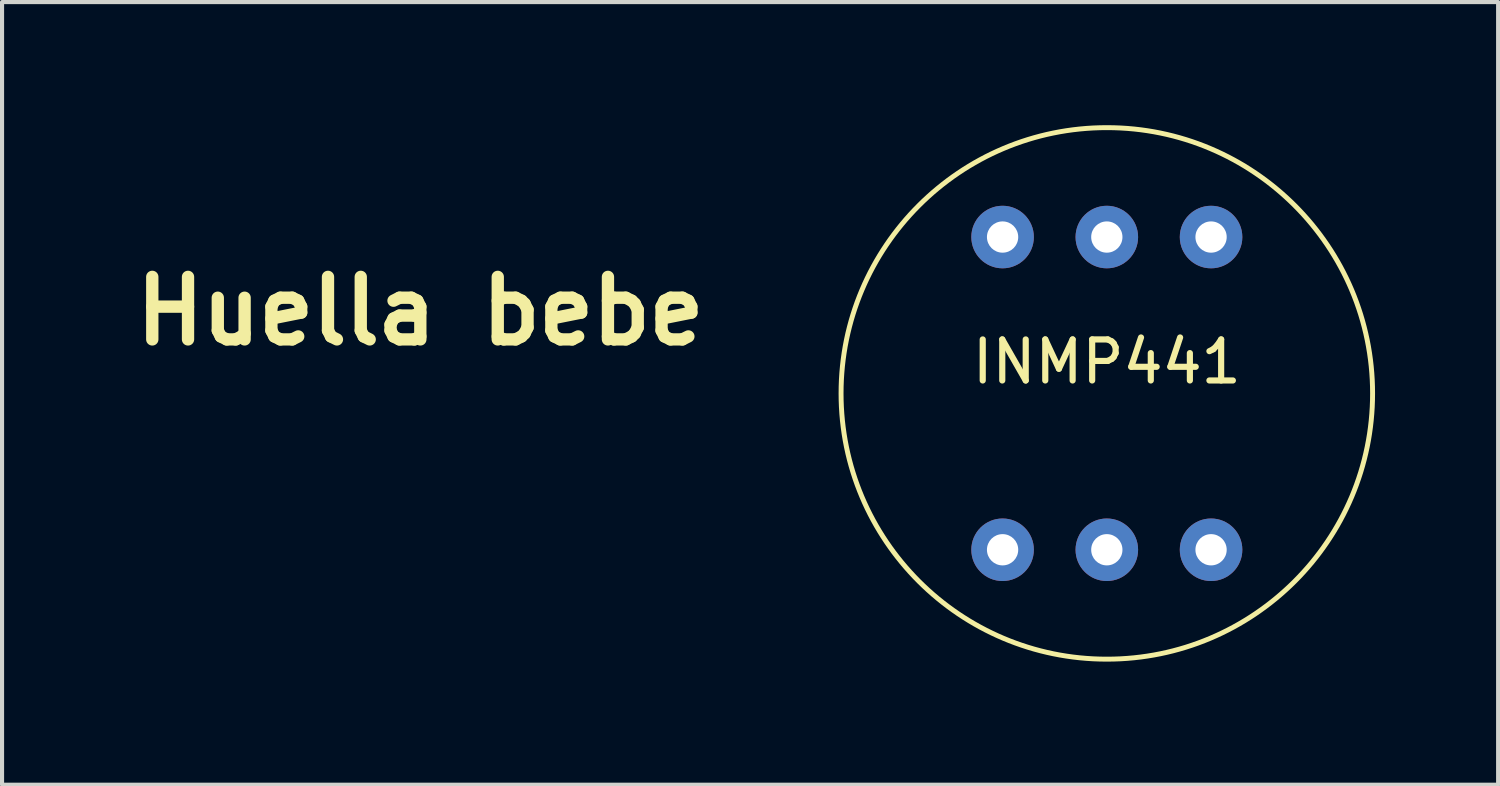
<source format=kicad_pcb>
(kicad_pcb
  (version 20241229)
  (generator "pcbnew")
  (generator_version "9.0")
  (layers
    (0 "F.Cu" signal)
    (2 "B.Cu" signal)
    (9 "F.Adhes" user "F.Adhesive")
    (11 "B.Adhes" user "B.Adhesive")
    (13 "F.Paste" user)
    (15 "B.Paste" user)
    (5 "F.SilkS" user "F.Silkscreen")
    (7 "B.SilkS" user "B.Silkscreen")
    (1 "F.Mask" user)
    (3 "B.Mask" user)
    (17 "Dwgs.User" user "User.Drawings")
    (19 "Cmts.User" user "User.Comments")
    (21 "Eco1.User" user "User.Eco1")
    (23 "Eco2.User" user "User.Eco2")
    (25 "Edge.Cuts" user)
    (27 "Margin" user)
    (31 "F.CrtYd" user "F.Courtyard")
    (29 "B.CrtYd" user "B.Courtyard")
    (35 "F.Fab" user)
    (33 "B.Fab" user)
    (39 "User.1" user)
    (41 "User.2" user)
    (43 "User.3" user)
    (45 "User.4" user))
  (footprint "INMP441"
    (layer "F.Cu")
    (at 23.92 5.266)
    (property "Reference" "INMP441" (at 0 0.5 0) (layer "F.SilkS") (effects (font (size 1 1) (thickness 0.15))))
    (attr through_hole)
    (fp_circle (center 0 1.27) (end 6.35 0) (stroke (width 0.12) (type solid)) (fill no) (layer "F.SilkS"))
    (pad "1" thru_hole circle (at 2.54 5.08) (size 1.524 1.524) (drill 0.762) (layers "*.Cu" "*.Mask"))
    (pad "2" thru_hole circle (at 0 5.08) (size 1.524 1.524) (drill 0.762) (layers "*.Cu" "*.Mask"))
    (pad "3" thru_hole circle (at -2.54 5.08) (size 1.524 1.524) (drill 0.762) (layers "*.Cu" "*.Mask"))
    (pad "4" thru_hole circle (at 2.54 -2.54) (size 1.524 1.524) (drill 0.762) (layers "*.Cu" "*.Mask"))
    (pad "5" thru_hole circle (at 0 -2.54) (size 1.524 1.524) (drill 0.762) (layers "*.Cu" "*.Mask"))
    (pad "6" thru_hole circle (at -2.54 -2.54) (size 1.524 1.524) (drill 0.762) (layers "*.Cu" "*.Mask")))
  (footprint "Huella bebe"
    (layer "F.Cu")
    (at 7.192 4.531)
    (property "Reference" "Huella bebe" (at 0 0 0) (layer "F.SilkS") (effects (font (size 1.524 1.524) (thickness 0.3))))
    (attr through_hole)
    (fp_poly (pts (xy -0.57 -4.498) (xy -0.354 -4.428) (xy -0.154 -4.316) (xy -0.051 -4.234) (xy 0.035 -4.16) (xy 0.122 -4.09) (xy 0.186 -4.044) (xy 0.267 -3.97) (xy 0.321 -3.883) (xy 0.359 -3.816) (xy 0.399 -3.787) (xy 0.404 -3.787) (xy 0.453 -3.77) (xy 0.505 -3.733) (xy 0.582 -3.683) (xy 0.699 -3.645) (xy 0.859 -3.616) (xy 0.915 -3.61) (xy 1.003 -3.598) (xy 1.051 -3.582) (xy 1.073 -3.557) (xy 1.077 -3.54) (xy 1.093 -3.503) (xy 1.136 -3.495) (xy 1.158 -3.498) (xy 1.216 -3.497) (xy 1.245 -3.465) (xy 1.248 -3.457) (xy 1.267 -3.427) (xy 1.309 -3.408) (xy 1.386 -3.396) (xy 1.424 -3.392) (xy 1.613 -3.369) (xy 1.762 -3.334) (xy 1.88 -3.287) (xy 1.882 -3.286) (xy 2.016 -3.217) (xy 2.115 -3.169) (xy 2.191 -3.14) (xy 2.253 -3.124) (xy 2.311 -3.118) (xy 2.34 -3.117) (xy 2.436 -3.109) (xy 2.496 -3.081) (xy 2.51 -3.068) (xy 2.57 -3.023) (xy 2.623 -3.002) (xy 2.688 -2.977) (xy 2.767 -2.936) (xy 2.795 -2.919) (xy 2.866 -2.867) (xy 2.947 -2.797) (xy 3.027 -2.719) (xy 3.097 -2.644) (xy 3.148 -2.581) (xy 3.168 -2.54) (xy 3.169 -2.538) (xy 3.19 -2.499) (xy 3.249 -2.442) (xy 3.337 -2.374) (xy 3.44 -2.306) (xy 3.583 -2.216) (xy 3.687 -2.145) (xy 3.76 -2.083) (xy 3.81 -2.025) (xy 3.843 -1.961) (xy 3.867 -1.886) (xy 3.876 -1.846) (xy 3.904 -1.786) (xy 3.942 -1.759) (xy 3.966 -1.746) (xy 3.989 -1.715) (xy 4.012 -1.659) (xy 4.039 -1.571) (xy 4.073 -1.443) (xy 4.092 -1.365) (xy 4.111 -1.277) (xy 4.132 -1.165) (xy 4.147 -1.069) (xy 4.164 -0.957) (xy 4.182 -0.846) (xy 4.196 -0.773) (xy 4.207 -0.679) (xy 4.187 -0.618) (xy 4.132 -0.577) (xy 4.103 -0.565) (xy 4.054 -0.53) (xy 4.053 -0.485) (xy 4.099 -0.435) (xy 4.122 -0.421) (xy 4.185 -0.364) (xy 4.244 -0.28) (xy 4.287 -0.189) (xy 4.302 -0.117) (xy 4.321 -0.061) (xy 4.375 0.019) (xy 4.455 0.115) (xy 4.554 0.221) (xy 4.664 0.33) (xy 4.779 0.435) (xy 4.891 0.528) (xy 4.993 0.603) (xy 5.076 0.652) (xy 5.131 0.669) (xy 5.179 0.686) (xy 5.239 0.725) (xy 5.246 0.731) (xy 5.275 0.759) (xy 5.296 0.79) (xy 5.309 0.831) (xy 5.315 0.89) (xy 5.314 0.976) (xy 5.306 1.095) (xy 5.293 1.256) (xy 5.289 1.307) (xy 5.267 1.496) (xy 5.236 1.643) (xy 5.194 1.756) (xy 5.137 1.844) (xy 5.085 1.896) (xy 5.042 1.941) (xy 5.023 1.973) (xy 5.023 1.974) (xy 5.001 2.002) (xy 4.947 2.03) (xy 4.881 2.051) (xy 4.821 2.057) (xy 4.814 2.056) (xy 4.785 2.047) (xy 4.768 2.024) (xy 4.758 1.975) (xy 4.753 1.888) (xy 4.751 1.855) (xy 4.738 1.663) (xy 4.715 1.504) (xy 4.682 1.385) (xy 4.661 1.34) (xy 4.596 1.232) (xy 4.55 1.162) (xy 4.514 1.12) (xy 4.482 1.098) (xy 4.459 1.09) (xy 4.407 1.069) (xy 4.324 1.025) (xy 4.219 0.965) (xy 4.104 0.896) (xy 3.99 0.824) (xy 3.887 0.755) (xy 3.815 0.704) (xy 3.724 0.647) (xy 3.645 0.62) (xy 3.588 0.625) (xy 3.569 0.642) (xy 3.574 0.675) (xy 3.6 0.743) (xy 3.643 0.837) (xy 3.698 0.947) (xy 3.76 1.065) (xy 3.824 1.18) (xy 3.885 1.285) (xy 3.939 1.369) (xy 3.98 1.424) (xy 3.985 1.43) (xy 4.044 1.502) (xy 4.068 1.573) (xy 4.07 1.609) (xy 4.067 1.649) (xy 4.054 1.688) (xy 4.025 1.733) (xy 3.975 1.792) (xy 3.898 1.872) (xy 3.806 1.963) (xy 3.7 2.066) (xy 3.594 2.163) (xy 3.5 2.245) (xy 3.43 2.303) (xy 3.419 2.31) (xy 3.344 2.36) (xy 3.288 2.383) (xy 3.226 2.387) (xy 3.161 2.38) (xy 3.047 2.355) (xy 2.962 2.319) (xy 2.917 2.274) (xy 2.911 2.251) (xy 2.89 2.22) (xy 2.872 2.215) (xy 2.836 2.199) (xy 2.832 2.158) (xy 2.856 2.101) (xy 2.9 2.038) (xy 2.962 1.979) (xy 3.018 1.942) (xy 3.055 1.905) (xy 3.101 1.837) (xy 3.149 1.751) (xy 3.19 1.665) (xy 3.216 1.594) (xy 3.22 1.566) (xy 3.201 1.507) (xy 3.144 1.421) (xy 3.048 1.305) (xy 2.918 1.166) (xy 2.831 1.069) (xy 2.743 0.958) (xy 2.664 0.847) (xy 2.601 0.748) (xy 2.564 0.672) (xy 2.562 0.667) (xy 2.531 0.628) (xy 2.471 0.582) (xy 2.4 0.542) (xy 2.337 0.518) (xy 2.319 0.515) (xy 2.308 0.541) (xy 2.3 0.616) (xy 2.295 0.74) (xy 2.293 0.912) (xy 2.293 0.96) (xy 2.29 1.201) (xy 2.281 1.396) (xy 2.266 1.546) (xy 2.245 1.656) (xy 2.217 1.73) (xy 2.198 1.756) (xy 2.152 1.793) (xy 2.065 1.849) (xy 1.945 1.919) (xy 1.796 2.001) (xy 1.627 2.09) (xy 1.442 2.184) (xy 1.325 2.242) (xy 0.974 2.398) (xy 0.633 2.517) (xy 0.515 2.55) (xy 0.442 2.576) (xy 0.388 2.606) (xy 0.381 2.612) (xy 0.26 2.738) (xy 0.171 2.833) (xy 0.113 2.906) (xy 0.082 2.964) (xy 0.075 3.015) (xy 0.091 3.065) (xy 0.126 3.122) (xy 0.174 3.189) (xy 0.308 3.402) (xy 0.395 3.604) (xy 0.433 3.802) (xy 0.425 4.001) (xy 0.37 4.207) (xy 0.301 4.366) (xy 0.255 4.467) (xy 0.204 4.593) (xy 0.158 4.719) (xy 0.151 4.739) (xy 0.115 4.849) (xy 0.096 4.925) (xy 0.092 4.981) (xy 0.101 5.031) (xy 0.106 5.048) (xy 0.134 5.12) (xy 0.163 5.174) (xy 0.166 5.178) (xy 0.202 5.24) (xy 0.245 5.339) (xy 0.289 5.461) (xy 0.33 5.591) (xy 0.364 5.717) (xy 0.385 5.822) (xy 0.412 6.011) (xy 0.433 6.172) (xy 0.449 6.316) (xy 0.461 6.454) (xy 0.468 6.596) (xy 0.473 6.755) (xy 0.476 6.94) (xy 0.477 7.162) (xy 0.477 7.239) (xy 0.477 7.999) (xy -1.297 8.005) (xy -1.647 8.006) (xy -1.948 8.007) (xy -2.205 8.007) (xy -2.42 8.007) (xy -2.597 8.006) (xy -2.739 8.005) (xy -2.851 8.002) (xy -2.934 7.999) (xy -2.993 7.995) (xy -3.031 7.99) (xy -3.051 7.984) (xy -3.057 7.977) (xy -3.057 7.975) (xy -3.043 7.926) (xy -3.027 7.854) (xy -3.025 7.844) (xy -3.003 7.765) (xy -2.967 7.669) (xy -2.946 7.623) (xy -2.911 7.533) (xy -2.889 7.445) (xy -2.885 7.408) (xy -2.878 7.343) (xy -2.86 7.304) (xy -2.858 7.302) (xy -2.831 7.276) (xy -2.807 7.23) (xy -2.783 7.157) (xy -2.759 7.05) (xy -2.731 6.904) (xy -2.705 6.749) (xy -2.686 6.638) (xy -2.662 6.522) (xy -2.653 6.479) (xy -2.635 6.376) (xy -2.62 6.257) (xy -2.616 6.196) (xy -2.607 6.113) (xy -2.593 6.054) (xy -2.579 6.033) (xy -2.557 6.003) (xy -2.551 5.95) (xy -2.564 5.901) (xy -2.578 5.885) (xy -2.593 5.851) (xy -2.6 5.785) (xy -2.6 5.748) (xy -2.601 5.645) (xy -2.612 5.531) (xy -2.638 5.392) (xy -2.655 5.313) (xy -2.69 5.158) (xy -2.718 5.047) (xy -2.741 4.975) (xy -2.759 4.933) (xy -2.764 4.927) (xy -2.814 4.899) (xy -2.891 4.896) (xy -2.976 4.915) (xy -3.05 4.954) (xy -3.131 4.997) (xy -3.235 5.016) (xy -3.274 5.019) (xy -3.418 5.024) (xy -3.467 4.914) (xy -3.509 4.832) (xy -3.569 4.731) (xy -3.637 4.625) (xy -3.704 4.529) (xy -3.761 4.457) (xy -3.783 4.434) (xy -3.826 4.389) (xy -3.881 4.325) (xy -3.937 4.254) (xy -3.985 4.19) (xy -4.014 4.145) (xy -4.019 4.133) (xy -4.036 4.103) (xy -4.053 4.086) (xy -4.081 4.048) (xy -4.117 3.978) (xy -4.149 3.903) (xy -4.2 3.795) (xy -4.267 3.678) (xy -4.316 3.606) (xy -4.38 3.517) (xy -4.441 3.43) (xy -4.477 3.373) (xy -4.526 3.301) (xy -4.576 3.242) (xy -4.585 3.234) (xy -4.624 3.184) (xy -4.638 3.145) (xy -4.651 3.103) (xy -4.686 3.034) (xy -4.727 2.965) (xy -4.771 2.89) (xy -4.81 2.807) (xy -4.847 2.71) (xy -4.882 2.593) (xy -4.918 2.45) (xy -4.957 2.274) (xy -5 2.058) (xy -5.045 1.816) (xy -5.078 1.573) (xy -5.097 1.297) (xy -5.101 1.004) (xy -5.091 0.711) (xy -5.077 0.547) (xy -1.656 0.547) (xy -1.641 0.757) (xy -1.629 0.871) (xy -1.611 0.98) (xy -1.591 1.062) (xy -1.588 1.069) (xy -1.56 1.145) (xy -1.539 1.206) (xy -1.536 1.217) (xy -1.517 1.247) (xy -1.478 1.259) (xy -1.411 1.255) (xy -1.308 1.233) (xy -1.258 1.22) (xy -1.189 1.205) (xy -1.115 1.195) (xy -1.027 1.189) (xy -0.914 1.188) (xy -0.768 1.191) (xy -0.618 1.196) (xy -0.437 1.202) (xy -0.295 1.204) (xy -0.18 1.201) (xy -0.08 1.194) (xy 0.017 1.182) (xy 0.123 1.164) (xy 0.129 1.163) (xy 0.272 1.138) (xy 0.441 1.114) (xy 0.612 1.092) (xy 0.717 1.08) (xy 0.874 1.062) (xy 0.986 1.042) (xy 1.061 1.017) (xy 1.105 0.983) (xy 1.126 0.937) (xy 1.13 0.876) (xy 1.13 0.822) (xy 1.128 0.726) (xy 1.127 0.599) (xy 1.125 0.45) (xy 1.124 0.292) (xy 1.122 0.117) (xy 1.119 -0.014) (xy 1.114 -0.108) (xy 1.107 -0.172) (xy 1.097 -0.214) (xy 1.083 -0.242) (xy 1.075 -0.251) (xy 1.04 -0.31) (xy 1.03 -0.355) (xy 1.021 -0.405) (xy 1.007 -0.423) (xy 0.968 -0.463) (xy 0.919 -0.534) (xy 0.868 -0.619) (xy 0.826 -0.702) (xy 0.801 -0.767) (xy 0.799 -0.786) (xy 0.79 -0.835) (xy 0.768 -0.922) (xy 0.735 -1.034) (xy 0.694 -1.162) (xy 0.683 -1.194) (xy 0.634 -1.346) (xy 0.602 -1.458) (xy 0.585 -1.541) (xy 0.581 -1.603) (xy 0.584 -1.631) (xy 0.587 -1.712) (xy 0.561 -1.769) (xy 0.553 -1.778) (xy 0.511 -1.816) (xy 0.484 -1.829) (xy 0.462 -1.807) (xy 0.429 -1.751) (xy 0.396 -1.681) (xy 0.338 -1.552) (xy 0.285 -1.448) (xy 0.228 -1.356) (xy 0.159 -1.265) (xy 0.07 -1.161) (xy -0.039 -1.042) (xy -0.266 -0.816) (xy -0.487 -0.628) (xy -0.699 -0.48) (xy -0.899 -0.375) (xy -1.084 -0.314) (xy -1.13 -0.306) (xy -1.219 -0.292) (xy -1.287 -0.278) (xy -1.317 -0.269) (xy -1.318 -0.241) (xy -1.292 -0.191) (xy -1.279 -0.172) (xy -1.238 -0.093) (xy -1.239 -0.012) (xy -1.283 0.079) (xy -1.325 0.136) (xy -1.375 0.197) (xy -1.443 0.281) (xy -1.515 0.372) (xy -1.524 0.383) (xy -1.656 0.547) (xy -5.077 0.547) (xy -5.067 0.432) (xy -5.029 0.184) (xy -5.021 0.142) (xy -4.995 0.041) (xy -4.957 -0.083) (xy -4.912 -0.218) (xy -4.864 -0.351) (xy -4.818 -0.467) (xy -4.78 -0.554) (xy -4.764 -0.582) (xy -4.731 -0.645) (xy -4.714 -0.694) (xy -4.713 -0.699) (xy -4.698 -0.731) (xy -4.655 -0.795) (xy -4.592 -0.879) (xy -4.515 -0.976) (xy -4.513 -0.979) (xy -4.302 -1.206) (xy -4.08 -1.383) (xy -3.846 -1.51) (xy -3.6 -1.589) (xy -3.411 -1.616) (xy -3.276 -1.619) (xy -3.187 -1.605) (xy -3.169 -1.597) (xy -3.111 -1.575) (xy -3.025 -1.55) (xy -2.949 -1.532) (xy -2.821 -1.496) (xy -2.694 -1.446) (xy -2.576 -1.387) (xy -2.476 -1.324) (xy -2.405 -1.262) (xy -2.371 -1.207) (xy -2.37 -1.196) (xy -2.353 -1.153) (xy -2.298 -1.124) (xy -2.201 -1.109) (xy -2.096 -1.105) (xy -1.969 -1.103) (xy -1.884 -1.096) (xy -1.83 -1.081) (xy -1.796 -1.058) (xy -1.776 -1.028) (xy -1.764 -0.974) (xy -1.784 -0.906) (xy -1.79 -0.895) (xy -1.815 -0.837) (xy -1.814 -0.806) (xy -1.791 -0.783) (xy -1.761 -0.737) (xy -1.752 -0.689) (xy -1.736 -0.632) (xy -1.709 -0.608) (xy -1.672 -0.597) (xy -1.664 -0.598) (xy -1.609 -0.68) (xy -1.514 -0.758) (xy -1.393 -0.825) (xy -1.259 -0.872) (xy -1.166 -0.89) (xy -1.099 -0.9) (xy -1.046 -0.915) (xy -0.997 -0.942) (xy -0.941 -0.99) (xy -0.866 -1.064) (xy -0.822 -1.107) (xy -0.737 -1.199) (xy -0.662 -1.287) (xy -0.607 -1.36) (xy -0.586 -1.394) (xy -0.544 -1.459) (xy -0.48 -1.539) (xy -0.424 -1.597) (xy -0.305 -1.734) (xy -0.234 -1.875) (xy -0.207 -2.029) (xy -0.207 -2.053) (xy -0.212 -2.141) (xy -0.228 -2.195) (xy -0.251 -2.209) (xy -0.27 -2.19) (xy -0.305 -2.171) (xy -0.359 -2.164) (xy -0.424 -2.151) (xy -0.464 -2.125) (xy -0.521 -2.089) (xy -0.584 -2.095) (xy -0.634 -2.141) (xy -0.639 -2.151) (xy -0.656 -2.181) (xy -0.679 -2.2) (xy -0.719 -2.21) (xy -0.789 -2.215) (xy -0.897 -2.215) (xy -0.911 -2.215) (xy -1.018 -2.216) (xy -1.098 -2.221) (xy -1.165 -2.235) (xy -1.236 -2.261) (xy -1.327 -2.304) (xy -1.407 -2.344) (xy -1.511 -2.396) (xy -1.6 -2.438) (xy -1.663 -2.465) (xy -1.687 -2.473) (xy -1.716 -2.495) (xy -1.761 -2.554) (xy -1.817 -2.64) (xy -1.876 -2.746) (xy -1.895 -2.782) (xy -1.92 -2.863) (xy -1.937 -2.983) (xy -1.945 -3.131) (xy -1.945 -3.295) (xy -1.937 -3.463) (xy -1.921 -3.625) (xy -1.897 -3.769) (xy -1.882 -3.832) (xy -1.844 -3.958) (xy -1.804 -4.059) (xy -1.755 -4.14) (xy -1.69 -4.209) (xy -1.602 -4.271) (xy -1.482 -4.335) (xy -1.326 -4.406) (xy -1.229 -4.447) (xy -1.017 -4.51) (xy -0.794 -4.526) (xy -0.57 -4.498)) (stroke (width 0.01) (type solid)) (fill no) (layer "Eco2.User")))
  (gr_rect
    (start -3 -3)
    (end 33.455 16.072)
    (stroke (width 0.1) (type default))
    (fill no)
    (layer "Edge.Cuts")))
</source>
